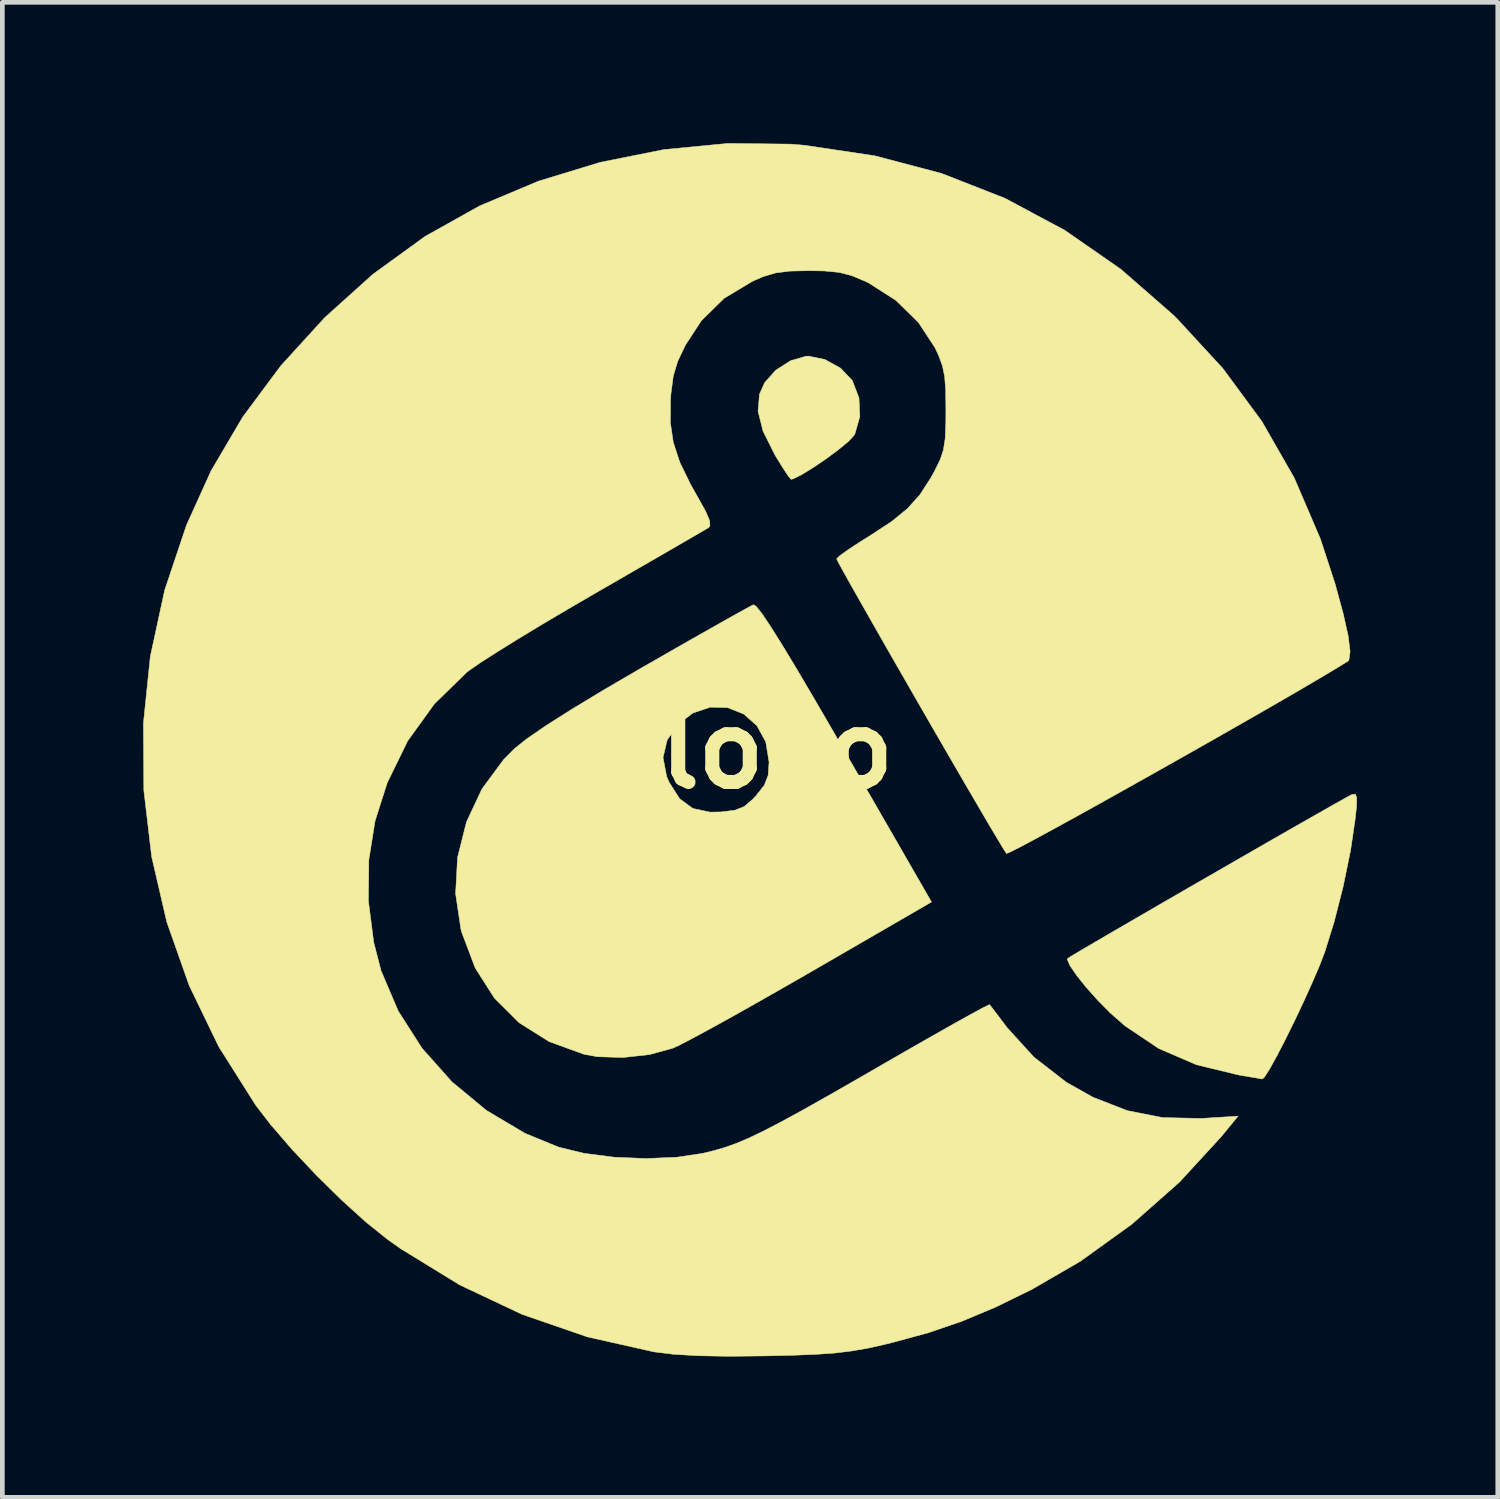
<source format=kicad_pcb>
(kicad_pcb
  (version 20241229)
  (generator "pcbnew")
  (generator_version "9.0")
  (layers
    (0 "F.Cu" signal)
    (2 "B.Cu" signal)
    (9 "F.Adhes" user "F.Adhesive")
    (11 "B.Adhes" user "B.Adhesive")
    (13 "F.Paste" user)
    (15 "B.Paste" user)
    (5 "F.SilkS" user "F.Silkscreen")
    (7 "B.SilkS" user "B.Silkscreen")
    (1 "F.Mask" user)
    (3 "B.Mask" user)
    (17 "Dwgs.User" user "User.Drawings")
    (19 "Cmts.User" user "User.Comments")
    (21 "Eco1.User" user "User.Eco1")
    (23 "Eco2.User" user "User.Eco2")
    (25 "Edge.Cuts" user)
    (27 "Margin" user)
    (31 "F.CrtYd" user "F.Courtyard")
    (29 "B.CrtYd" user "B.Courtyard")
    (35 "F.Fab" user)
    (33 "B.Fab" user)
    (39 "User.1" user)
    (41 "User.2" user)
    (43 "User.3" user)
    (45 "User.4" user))
  (footprint "logo"
    (layer "F.Cu")
    (at 13.502 12.918)
    (property "Reference" "logo" (at 0 0 0) (layer "F.SilkS") (effects (font (size 1.524 1.524) (thickness 0.3))))
    (attr through_hole)
    (fp_poly (pts (xy 1.019 -8.311) (xy 1.353 -8.126) (xy 1.599 -7.869) (xy 1.606 -7.858) (xy 1.746 -7.492) (xy 1.764 -7.093) (xy 1.661 -6.731) (xy 1.638 -6.69) (xy 1.525 -6.568) (xy 1.315 -6.394) (xy 1.051 -6.198) (xy 0.773 -6.009) (xy 0.524 -5.856) (xy 0.346 -5.768) (xy 0.299 -5.757) (xy 0.242 -5.825) (xy 0.124 -6.002) (xy -0.03 -6.253) (xy -0.05 -6.287) (xy -0.297 -6.783) (xy -0.404 -7.206) (xy -0.373 -7.572) (xy -0.263 -7.817) (xy -0.026 -8.083) (xy 0.289 -8.284) (xy 0.614 -8.379) (xy 0.672 -8.382) (xy 1.019 -8.311)) (stroke (width 0.01) (type solid)) (fill yes) (layer "F.SilkS"))
    (fp_poly (pts (xy 12.349 1.018) (xy 12.346 1.195) (xy 12.321 1.448) (xy 12.219 2.142) (xy 12.062 2.909) (xy 11.869 3.668) (xy 11.668 4.313) (xy 11.555 4.607) (xy 11.4 4.968) (xy 11.218 5.37) (xy 11.023 5.782) (xy 10.828 6.178) (xy 10.647 6.527) (xy 10.495 6.802) (xy 10.386 6.974) (xy 10.338 7.017) (xy 10.232 6.999) (xy 10.015 6.962) (xy 9.841 6.933) (xy 8.934 6.713) (xy 8.131 6.367) (xy 7.414 5.886) (xy 7.098 5.609) (xy 6.835 5.343) (xy 6.589 5.067) (xy 6.382 4.809) (xy 6.24 4.601) (xy 6.184 4.472) (xy 6.19 4.45) (xy 6.272 4.398) (xy 6.482 4.272) (xy 6.802 4.085) (xy 7.211 3.846) (xy 7.692 3.567) (xy 8.224 3.258) (xy 8.79 2.931) (xy 9.37 2.597) (xy 9.944 2.266) (xy 10.495 1.949) (xy 11.003 1.658) (xy 11.45 1.404) (xy 11.815 1.196) (xy 12.08 1.047) (xy 12.227 0.967) (xy 12.248 0.957) (xy 12.318 0.949) (xy 12.349 1.018)) (stroke (width 0.01) (type solid)) (fill yes) (layer "F.SilkS"))
    (fp_poly (pts (xy -0.438 -3.045) (xy -0.318 -2.893) (xy -0.137 -2.623) (xy 0.11 -2.23) (xy 0.425 -1.708) (xy 0.812 -1.051) (xy 1.276 -0.253) (xy 1.455 0.058) (xy 3.291 3.246) (xy 0.736 4.726) (xy 0.12 5.08) (xy -0.466 5.413) (xy -1.001 5.714) (xy -1.466 5.97) (xy -1.84 6.172) (xy -2.103 6.307) (xy -2.215 6.359) (xy -2.717 6.497) (xy -3.28 6.559) (xy -3.827 6.542) (xy -4.11 6.491) (xy -4.853 6.221) (xy -5.492 5.82) (xy -6.02 5.294) (xy -6.43 4.65) (xy -6.716 3.893) (xy -6.732 3.836) (xy -6.847 3.069) (xy -6.805 2.295) (xy -6.615 1.541) (xy -6.285 0.838) (xy -5.823 0.212) (xy -5.779 0.168) (xy -2.428 0.168) (xy -2.351 0.572) (xy -2.298 0.696) (xy -2.072 1.049) (xy -1.793 1.254) (xy -1.426 1.332) (xy -1.193 1.328) (xy -0.9 1.292) (xy -0.699 1.213) (xy -0.513 1.054) (xy -0.452 0.988) (xy -0.271 0.76) (xy -0.188 0.545) (xy -0.169 0.268) (xy -0.239 -0.164) (xy -0.429 -0.51) (xy -0.709 -0.757) (xy -1.049 -0.893) (xy -1.42 -0.904) (xy -1.792 -0.779) (xy -2.083 -0.559) (xy -2.339 -0.208) (xy -2.428 0.168) (xy -5.779 0.168) (xy -5.587 -0.025) (xy -5.325 -0.233) (xy -4.918 -0.513) (xy -4.371 -0.86) (xy -3.691 -1.271) (xy -2.884 -1.742) (xy -2.862 -1.754) (xy -2.299 -2.077) (xy -1.779 -2.374) (xy -1.323 -2.632) (xy -0.949 -2.843) (xy -0.676 -2.994) (xy -0.523 -3.076) (xy -0.5 -3.087) (xy -0.438 -3.045)) (stroke (width 0.01) (type solid)) (fill yes) (layer "F.SilkS"))
    (fp_poly (pts (xy 0.292 -12.898) (xy 0.589 -12.873) (xy 2.084 -12.649) (xy 3.505 -12.274) (xy 4.852 -11.746) (xy 6.125 -11.066) (xy 7.326 -10.232) (xy 8.455 -9.246) (xy 8.515 -9.186) (xy 9.5 -8.116) (xy 10.331 -6.988) (xy 11.019 -5.786) (xy 11.575 -4.49) (xy 11.884 -3.545) (xy 12.059 -2.905) (xy 12.167 -2.421) (xy 12.208 -2.089) (xy 12.183 -1.91) (xy 12.16 -1.883) (xy 11.908 -1.727) (xy 11.549 -1.513) (xy 11.101 -1.25) (xy 10.581 -0.949) (xy 10.005 -0.618) (xy 9.391 -0.268) (xy 8.755 0.093) (xy 8.115 0.454) (xy 7.488 0.806) (xy 6.891 1.14) (xy 6.341 1.445) (xy 5.854 1.712) (xy 5.449 1.932) (xy 5.141 2.095) (xy 4.949 2.191) (xy 4.888 2.213) (xy 4.83 2.125) (xy 4.7 1.909) (xy 4.507 1.585) (xy 4.265 1.171) (xy 3.981 0.686) (xy 3.669 0.148) (xy 3.337 -0.425) (xy 2.998 -1.013) (xy 2.661 -1.599) (xy 2.337 -2.163) (xy 2.038 -2.688) (xy 1.773 -3.154) (xy 1.553 -3.543) (xy 1.389 -3.837) (xy 1.292 -4.016) (xy 1.27 -4.065) (xy 1.338 -4.131) (xy 1.52 -4.261) (xy 1.785 -4.435) (xy 1.98 -4.556) (xy 2.437 -4.855) (xy 2.778 -5.133) (xy 3.045 -5.431) (xy 3.278 -5.792) (xy 3.37 -5.96) (xy 3.478 -6.182) (xy 3.545 -6.386) (xy 3.582 -6.623) (xy 3.596 -6.945) (xy 3.598 -7.239) (xy 3.593 -7.65) (xy 3.571 -7.945) (xy 3.524 -8.177) (xy 3.441 -8.4) (xy 3.364 -8.563) (xy 3.013 -9.099) (xy 2.533 -9.569) (xy 1.959 -9.937) (xy 1.877 -9.977) (xy 1.592 -10.096) (xy 1.325 -10.165) (xy 1.011 -10.196) (xy 0.677 -10.202) (xy 0.275 -10.193) (xy -0.026 -10.155) (xy -0.291 -10.077) (xy -0.518 -9.979) (xy -1.125 -9.615) (xy -1.609 -9.14) (xy -1.95 -8.619) (xy -2.115 -8.273) (xy -2.21 -7.957) (xy -2.259 -7.586) (xy -2.269 -7.442) (xy -2.272 -6.969) (xy -2.21 -6.546) (xy -2.071 -6.121) (xy -1.839 -5.644) (xy -1.69 -5.381) (xy -1.517 -5.069) (xy -1.433 -4.87) (xy -1.43 -4.759) (xy -1.458 -4.729) (xy -1.556 -4.671) (xy -1.782 -4.539) (xy -2.117 -4.345) (xy -2.543 -4.098) (xy -3.042 -3.811) (xy -3.593 -3.492) (xy -3.866 -3.335) (xy -4.457 -2.991) (xy -5.021 -2.657) (xy -5.536 -2.345) (xy -5.978 -2.07) (xy -6.326 -1.847) (xy -6.557 -1.687) (xy -6.606 -1.65) (xy -7.301 -0.971) (xy -7.868 -0.184) (xy -8.303 0.707) (xy -8.562 1.519) (xy -8.695 2.346) (xy -8.704 3.227) (xy -8.591 4.106) (xy -8.435 4.71) (xy -8.07 5.567) (xy -7.562 6.362) (xy -6.929 7.074) (xy -6.192 7.685) (xy -5.369 8.174) (xy -4.657 8.467) (xy -4.113 8.6) (xy -3.47 8.683) (xy -2.789 8.711) (xy -2.134 8.683) (xy -1.596 8.603) (xy -1.349 8.544) (xy -1.111 8.475) (xy -0.865 8.387) (xy -0.593 8.272) (xy -0.277 8.12) (xy 0.102 7.923) (xy 0.561 7.672) (xy 1.118 7.358) (xy 1.792 6.972) (xy 2.272 6.694) (xy 2.828 6.374) (xy 3.335 6.085) (xy 3.775 5.836) (xy 4.13 5.639) (xy 4.382 5.502) (xy 4.514 5.437) (xy 4.528 5.433) (xy 4.589 5.51) (xy 4.722 5.685) (xy 4.898 5.919) (xy 5.47 6.549) (xy 6.162 7.086) (xy 6.731 7.406) (xy 7.466 7.692) (xy 8.215 7.839) (xy 9.029 7.857) (xy 9.105 7.853) (xy 9.821 7.808) (xy 9.465 8.243) (xy 8.574 9.213) (xy 7.559 10.11) (xy 6.459 10.902) (xy 5.423 11.502) (xy 4.647 11.881) (xy 3.935 12.179) (xy 3.222 12.423) (xy 2.438 12.636) (xy 2.286 12.673) (xy 1.931 12.752) (xy 1.598 12.81) (xy 1.248 12.853) (xy 0.843 12.882) (xy 0.343 12.902) (xy -0.254 12.916) (xy -1.043 12.924) (xy -1.686 12.912) (xy -2.207 12.881) (xy -2.625 12.829) (xy -4.042 12.51) (xy -5.428 12.032) (xy -6.76 11.403) (xy -8.015 10.633) (xy -8.297 10.433) (xy -8.76 10.062) (xy -9.279 9.592) (xy -9.817 9.062) (xy -10.334 8.513) (xy -10.791 7.983) (xy -11.108 7.57) (xy -11.892 6.329) (xy -12.522 5.025) (xy -12.999 3.672) (xy -13.321 2.282) (xy -13.488 0.868) (xy -13.497 -0.558) (xy -13.35 -1.984) (xy -13.044 -3.396) (xy -12.579 -4.783) (xy -12.056 -5.938) (xy -11.384 -7.081) (xy -10.568 -8.179) (xy -9.634 -9.203) (xy -8.607 -10.127) (xy -7.511 -10.922) (xy -7.485 -10.939) (xy -6.333 -11.583) (xy -5.082 -12.109) (xy -3.764 -12.511) (xy -2.409 -12.782) (xy -1.046 -12.913) (xy 0.292 -12.898)) (stroke (width 0.01) (type solid)) (fill yes) (layer "F.SilkS")))
  (gr_rect
    (start -3 -3)
    (end 28.856 28.847)
    (stroke (width 0.1) (type default))
    (fill no)
    (layer "Edge.Cuts")))
</source>
